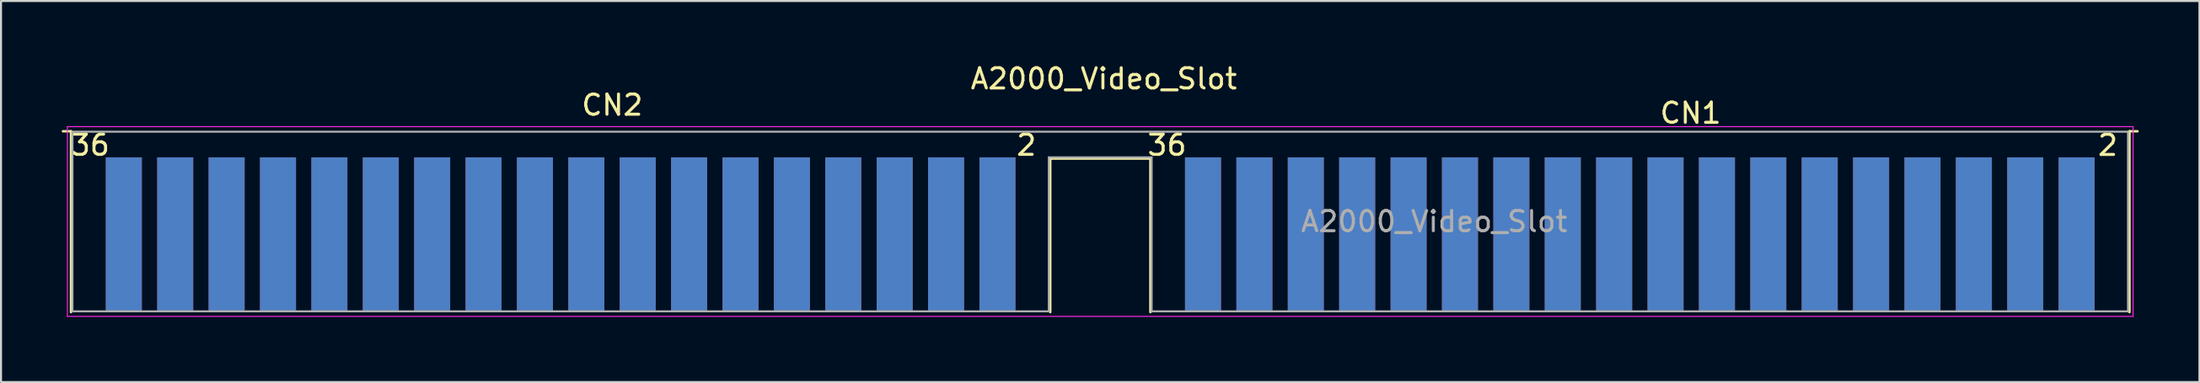
<source format=kicad_pcb>
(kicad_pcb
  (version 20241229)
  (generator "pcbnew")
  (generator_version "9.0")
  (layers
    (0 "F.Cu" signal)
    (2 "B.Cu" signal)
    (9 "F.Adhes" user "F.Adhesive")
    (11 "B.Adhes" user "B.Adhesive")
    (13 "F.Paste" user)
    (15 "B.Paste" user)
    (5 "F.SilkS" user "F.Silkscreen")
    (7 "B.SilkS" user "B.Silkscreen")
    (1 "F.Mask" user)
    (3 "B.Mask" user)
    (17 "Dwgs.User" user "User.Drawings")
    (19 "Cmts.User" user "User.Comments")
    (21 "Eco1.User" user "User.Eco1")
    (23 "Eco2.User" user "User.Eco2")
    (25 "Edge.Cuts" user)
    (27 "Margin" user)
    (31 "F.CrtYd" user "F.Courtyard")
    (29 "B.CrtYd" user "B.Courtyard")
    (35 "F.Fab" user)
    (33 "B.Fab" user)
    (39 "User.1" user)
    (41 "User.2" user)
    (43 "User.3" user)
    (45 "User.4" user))
  (footprint "A2000_Video_Slot"
    (layer "F.Cu")
    (at 102.38 12.608)
    (property "Reference" "A2000_Video_Slot" (at -50.87 -11.76 0) (layer "F.SilkS") (effects (font (size 1 1) (thickness 0.15))))
    (attr exclude_from_pos_files exclude_from_bom)
    (fp_line (start -101.92 -9.16) (end -102.32 -9.16) (stroke (width 0.12) (type solid)) (layer "F.SilkS"))
    (fp_line (start -101.92 -0.21) (end -101.92 -9.16) (stroke (width 0.12) (type solid)) (layer "F.SilkS"))
    (fp_line (start -53.52 -7.81) (end -48.57 -7.81) (stroke (width 0.12) (type solid)) (layer "F.SilkS"))
    (fp_line (start -53.52 -0.21) (end -53.52 -7.81) (stroke (width 0.12) (type solid)) (layer "F.SilkS"))
    (fp_line (start -48.57 -7.81) (end -48.57 -0.21) (stroke (width 0.12) (type solid)) (layer "F.SilkS"))
    (fp_line (start -0.18 -9.16) (end 0.22 -9.16) (stroke (width 0.12) (type solid)) (layer "F.SilkS"))
    (fp_line (start -0.18 -0.21) (end -0.18 -9.16) (stroke (width 0.12) (type solid)) (layer "F.SilkS"))
    (fp_line (start -102.1 -9.39) (end -102.1 0) (stroke (width 0.05) (type solid)) (layer "F.CrtYd"))
    (fp_line (start -102.1 -9.39) (end 0 -9.39) (stroke (width 0.05) (type solid)) (layer "F.CrtYd"))
    (fp_line (start 0 0) (end -102.1 0) (stroke (width 0.05) (type solid)) (layer "F.CrtYd"))
    (fp_line (start 0 0) (end 0 -9.39) (stroke (width 0.05) (type solid)) (layer "F.CrtYd"))
    (fp_line (start -101.85 -9.14) (end -0.25 -9.14) (stroke (width 0.1) (type solid)) (layer "F.Fab"))
    (fp_line (start -101.85 -0.25) (end -101.85 -9.14) (stroke (width 0.1) (type solid)) (layer "F.Fab"))
    (fp_line (start -53.59 -7.87) (end -53.59 -0.25) (stroke (width 0.1) (type solid)) (layer "F.Fab"))
    (fp_line (start -53.59 -0.25) (end -101.85 -0.25) (stroke (width 0.1) (type solid)) (layer "F.Fab"))
    (fp_line (start -48.51 -7.87) (end -53.59 -7.87) (stroke (width 0.1) (type solid)) (layer "F.Fab"))
    (fp_line (start -48.51 -0.25) (end -48.51 -7.87) (stroke (width 0.1) (type solid)) (layer "F.Fab"))
    (fp_line (start -0.25 -9.14) (end -0.25 -0.25) (stroke (width 0.1) (type solid)) (layer "F.Fab"))
    (fp_line (start -0.25 -0.25) (end -48.51 -0.25) (stroke (width 0.1) (type solid)) (layer "F.Fab"))
    (fp_text user "2" (at -54.7 -8.475 0) (layer "F.SilkS") (effects (font (size 1 1) (thickness 0.15))))
    (fp_text user "36" (at -47.75 -8.475 0) (layer "F.SilkS") (effects (font (size 1 1) (thickness 0.15))))
    (fp_text user "CN2" (at -75.17 -10.46 0) (layer "F.SilkS") (effects (font (size 1 1) (thickness 0.15))))
    (fp_text user "CN1" (at -21.87 -10.06 0) (layer "F.SilkS") (effects (font (size 1 1) (thickness 0.15))))
    (fp_text user "36" (at -100.975 -8.475 0) (layer "F.SilkS") (effects (font (size 1 1) (thickness 0.15))))
    (fp_text user "2" (at -1.25 -8.47 0) (layer "F.SilkS") (effects (font (size 1 1) (thickness 0.15))))
    (fp_text user "${REFERENCE}" (at -34.54 -4.695 0) (layer "F.Fab") (effects (font (size 1 1) (thickness 0.15))))
    (pad "1" connect rect (at -56.13 -4.06) (size 1.78 7.62) (layers "B.Cu" "B.Mask"))
    (pad "1" connect rect (at -2.79 -4.06) (size 1.78 7.62) (layers "B.Cu" "B.Mask"))
    (pad "2" connect rect (at -56.13 -4.06) (size 1.78 7.62) (layers "F.Cu" "F.Mask"))
    (pad "2" connect rect (at -2.79 -4.06) (size 1.78 7.62) (layers "F.Cu" "F.Mask"))
    (pad "3" connect rect (at -58.67 -4.06) (size 1.78 7.62) (layers "B.Cu" "B.Mask"))
    (pad "3" connect rect (at -5.33 -4.06) (size 1.78 7.62) (layers "B.Cu" "B.Mask"))
    (pad "4" connect rect (at -58.67 -4.06) (size 1.78 7.62) (layers "F.Cu" "F.Mask"))
    (pad "4" connect rect (at -5.33 -4.06) (size 1.78 7.62) (layers "F.Cu" "F.Mask"))
    (pad "5" connect rect (at -61.21 -4.06) (size 1.78 7.62) (layers "B.Cu" "B.Mask"))
    (pad "5" connect rect (at -7.87 -4.06) (size 1.78 7.62) (layers "B.Cu" "B.Mask"))
    (pad "6" connect rect (at -61.21 -4.06) (size 1.78 7.62) (layers "F.Cu" "F.Mask"))
    (pad "6" connect rect (at -7.87 -4.06) (size 1.78 7.62) (layers "F.Cu" "F.Mask"))
    (pad "7" connect rect (at -63.75 -4.06) (size 1.78 7.62) (layers "B.Cu" "B.Mask"))
    (pad "7" connect rect (at -10.41 -4.06) (size 1.78 7.62) (layers "B.Cu" "B.Mask"))
    (pad "8" connect rect (at -63.75 -4.06) (size 1.78 7.62) (layers "F.Cu" "F.Mask"))
    (pad "8" connect rect (at -10.41 -4.06) (size 1.78 7.62) (layers "F.Cu" "F.Mask"))
    (pad "9" connect rect (at -66.29 -4.06) (size 1.78 7.62) (layers "B.Cu" "B.Mask"))
    (pad "9" connect rect (at -12.95 -4.06) (size 1.78 7.62) (layers "B.Cu" "B.Mask"))
    (pad "10" connect rect (at -66.29 -4.06) (size 1.78 7.62) (layers "F.Cu" "F.Mask"))
    (pad "10" connect rect (at -12.95 -4.06) (size 1.78 7.62) (layers "F.Cu" "F.Mask"))
    (pad "11" connect rect (at -68.83 -4.06) (size 1.78 7.62) (layers "B.Cu" "B.Mask"))
    (pad "11" connect rect (at -15.49 -4.06) (size 1.78 7.62) (layers "B.Cu" "B.Mask"))
    (pad "12" connect rect (at -68.83 -4.06) (size 1.78 7.62) (layers "F.Cu" "F.Mask"))
    (pad "12" connect rect (at -15.49 -4.06) (size 1.78 7.62) (layers "F.Cu" "F.Mask"))
    (pad "13" connect rect (at -71.37 -4.06) (size 1.78 7.62) (layers "B.Cu" "B.Mask"))
    (pad "13" connect rect (at -18.03 -4.06) (size 1.78 7.62) (layers "B.Cu" "B.Mask"))
    (pad "14" connect rect (at -71.37 -4.06) (size 1.78 7.62) (layers "F.Cu" "F.Mask"))
    (pad "14" connect rect (at -18.03 -4.06) (size 1.78 7.62) (layers "F.Cu" "F.Mask"))
    (pad "15" connect rect (at -73.91 -4.06) (size 1.78 7.62) (layers "B.Cu" "B.Mask"))
    (pad "15" connect rect (at -20.57 -4.06) (size 1.78 7.62) (layers "B.Cu" "B.Mask"))
    (pad "16" connect rect (at -73.91 -4.06) (size 1.78 7.62) (layers "F.Cu" "F.Mask"))
    (pad "16" connect rect (at -20.57 -4.06) (size 1.78 7.62) (layers "F.Cu" "F.Mask"))
    (pad "17" connect rect (at -76.45 -4.06) (size 1.78 7.62) (layers "B.Cu" "B.Mask"))
    (pad "17" connect rect (at -23.11 -4.06) (size 1.78 7.62) (layers "B.Cu" "B.Mask"))
    (pad "18" connect rect (at -76.45 -4.06) (size 1.78 7.62) (layers "F.Cu" "F.Mask"))
    (pad "18" connect rect (at -23.11 -4.06) (size 1.78 7.62) (layers "F.Cu" "F.Mask"))
    (pad "19" connect rect (at -78.99 -4.06) (size 1.78 7.62) (layers "B.Cu" "B.Mask"))
    (pad "19" connect rect (at -25.65 -4.06) (size 1.78 7.62) (layers "B.Cu" "B.Mask"))
    (pad "20" connect rect (at -78.99 -4.06) (size 1.78 7.62) (layers "F.Cu" "F.Mask"))
    (pad "20" connect rect (at -25.65 -4.06) (size 1.78 7.62) (layers "F.Cu" "F.Mask"))
    (pad "21" connect rect (at -81.53 -4.06) (size 1.78 7.62) (layers "B.Cu" "B.Mask"))
    (pad "21" connect rect (at -28.19 -4.06) (size 1.78 7.62) (layers "B.Cu" "B.Mask"))
    (pad "22" connect rect (at -81.53 -4.06) (size 1.78 7.62) (layers "F.Cu" "F.Mask"))
    (pad "22" connect rect (at -28.19 -4.06) (size 1.78 7.62) (layers "F.Cu" "F.Mask"))
    (pad "23" connect rect (at -84.07 -4.06) (size 1.78 7.62) (layers "B.Cu" "B.Mask"))
    (pad "23" connect rect (at -30.73 -4.06) (size 1.78 7.62) (layers "B.Cu" "B.Mask"))
    (pad "24" connect rect (at -84.07 -4.06) (size 1.78 7.62) (layers "F.Cu" "F.Mask"))
    (pad "24" connect rect (at -30.73 -4.06) (size 1.78 7.62) (layers "F.Cu" "F.Mask"))
    (pad "25" connect rect (at -86.61 -4.06) (size 1.78 7.62) (layers "B.Cu" "B.Mask"))
    (pad "25" connect rect (at -33.27 -4.06) (size 1.78 7.62) (layers "B.Cu" "B.Mask"))
    (pad "26" connect rect (at -86.61 -4.06) (size 1.78 7.62) (layers "F.Cu" "F.Mask"))
    (pad "26" connect rect (at -33.27 -4.06) (size 1.78 7.62) (layers "F.Cu" "F.Mask"))
    (pad "27" connect rect (at -89.15 -4.06) (size 1.78 7.62) (layers "B.Cu" "B.Mask"))
    (pad "27" connect rect (at -35.81 -4.06) (size 1.78 7.62) (layers "B.Cu" "B.Mask"))
    (pad "28" connect rect (at -89.15 -4.06) (size 1.78 7.62) (layers "F.Cu" "F.Mask"))
    (pad "28" connect rect (at -35.81 -4.06) (size 1.78 7.62) (layers "F.Cu" "F.Mask"))
    (pad "29" connect rect (at -91.69 -4.06) (size 1.78 7.62) (layers "B.Cu" "B.Mask"))
    (pad "29" connect rect (at -38.35 -4.06) (size 1.78 7.62) (layers "B.Cu" "B.Mask"))
    (pad "30" connect rect (at -91.69 -4.06) (size 1.78 7.62) (layers "F.Cu" "F.Mask"))
    (pad "30" connect rect (at -38.35 -4.06) (size 1.78 7.62) (layers "F.Cu" "F.Mask"))
    (pad "31" connect rect (at -94.23 -4.06) (size 1.78 7.62) (layers "B.Cu" "B.Mask"))
    (pad "31" connect rect (at -40.89 -4.06) (size 1.78 7.62) (layers "B.Cu" "B.Mask"))
    (pad "32" connect rect (at -94.23 -4.06) (size 1.78 7.62) (layers "F.Cu" "F.Mask"))
    (pad "32" connect rect (at -40.89 -4.06) (size 1.78 7.62) (layers "F.Cu" "F.Mask"))
    (pad "33" connect rect (at -96.77 -4.06) (size 1.78 7.62) (layers "B.Cu" "B.Mask"))
    (pad "33" connect rect (at -43.43 -4.06) (size 1.78 7.62) (layers "B.Cu" "B.Mask"))
    (pad "34" connect rect (at -96.77 -4.06) (size 1.78 7.62) (layers "F.Cu" "F.Mask"))
    (pad "34" connect rect (at -43.43 -4.06) (size 1.78 7.62) (layers "F.Cu" "F.Mask"))
    (pad "35" connect rect (at -99.31 -4.06) (size 1.78 7.62) (layers "B.Cu" "B.Mask"))
    (pad "35" connect rect (at -45.97 -4.06) (size 1.78 7.62) (layers "B.Cu" "B.Mask"))
    (pad "36" connect rect (at -99.31 -4.06) (size 1.78 7.62) (layers "F.Cu" "F.Mask"))
    (pad "36" connect rect (at -45.97 -4.06) (size 1.78 7.62) (layers "F.Cu" "F.Mask")))
  (gr_rect
    (start -3 -3)
    (end 105.66 15.858)
    (stroke (width 0.1) (type default))
    (fill no)
    (layer "Edge.Cuts")))
</source>
